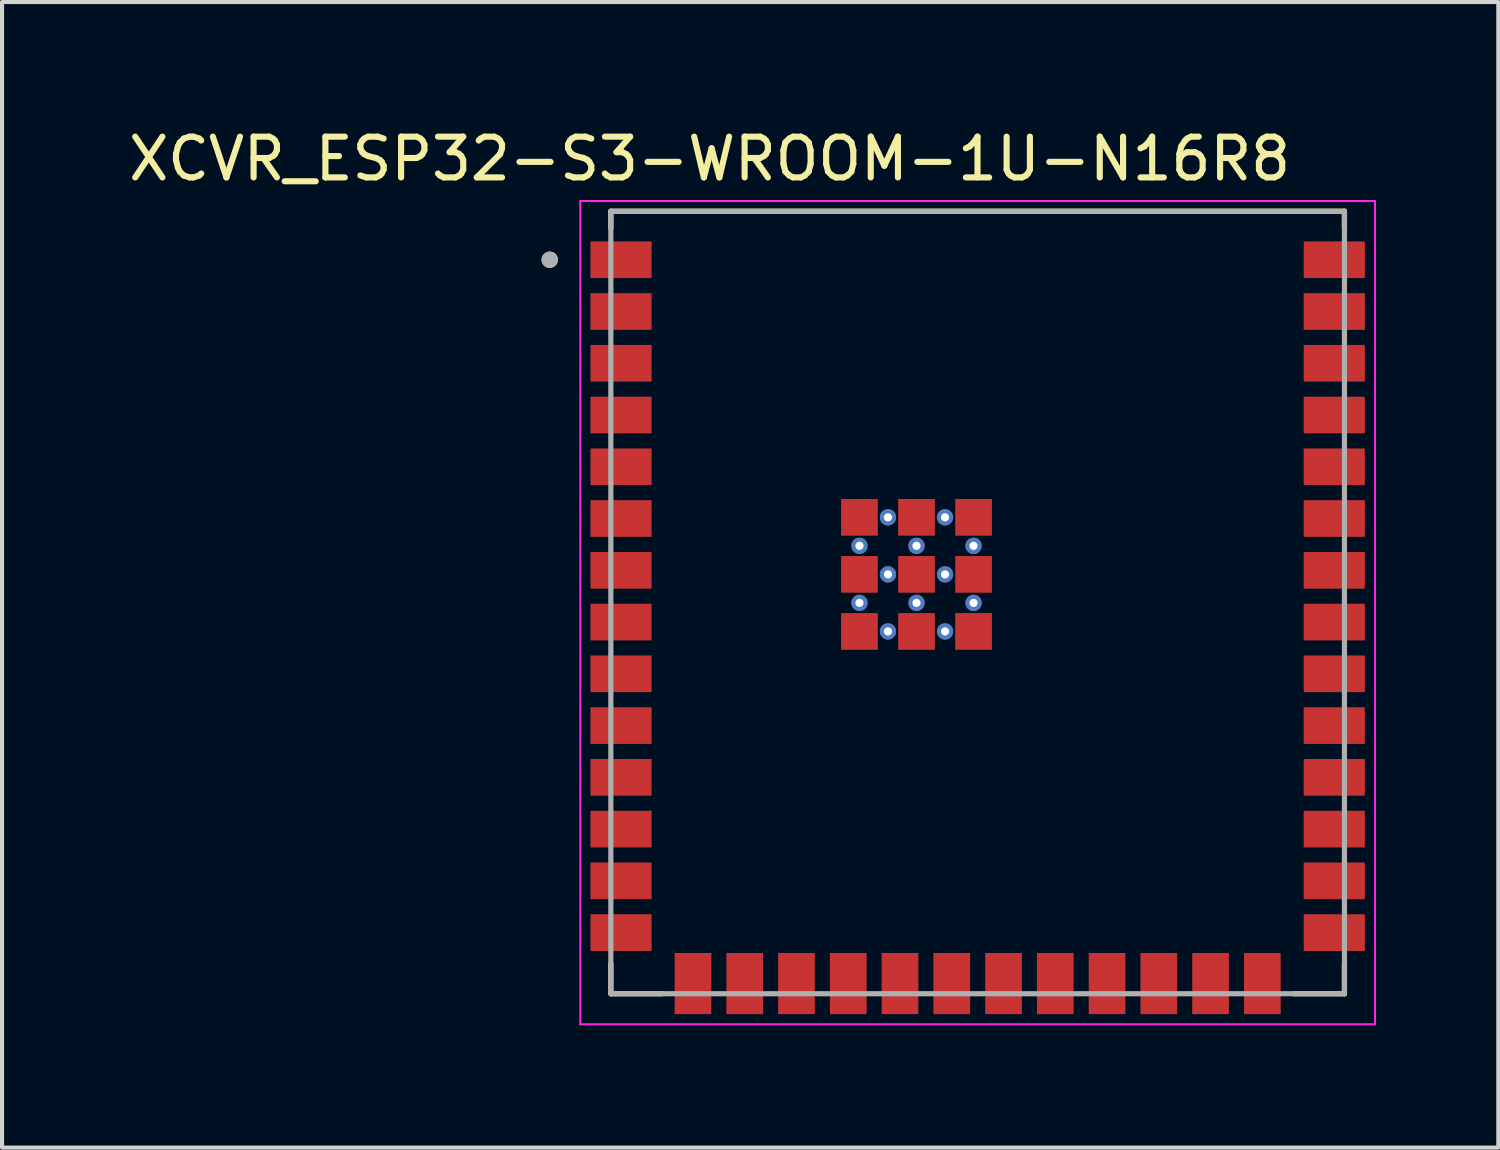
<source format=kicad_pcb>
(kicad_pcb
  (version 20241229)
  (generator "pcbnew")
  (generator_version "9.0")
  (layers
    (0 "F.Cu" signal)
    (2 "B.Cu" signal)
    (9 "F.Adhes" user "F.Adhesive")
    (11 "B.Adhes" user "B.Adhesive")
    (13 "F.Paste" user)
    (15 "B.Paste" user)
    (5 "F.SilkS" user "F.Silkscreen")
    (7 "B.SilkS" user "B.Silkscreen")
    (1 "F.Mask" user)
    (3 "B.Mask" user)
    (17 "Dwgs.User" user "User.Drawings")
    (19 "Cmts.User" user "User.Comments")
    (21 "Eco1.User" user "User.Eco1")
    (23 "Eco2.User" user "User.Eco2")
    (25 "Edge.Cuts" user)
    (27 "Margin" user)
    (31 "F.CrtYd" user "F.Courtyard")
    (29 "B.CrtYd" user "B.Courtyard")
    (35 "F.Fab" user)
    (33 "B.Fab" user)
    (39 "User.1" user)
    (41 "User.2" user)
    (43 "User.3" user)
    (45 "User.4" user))
  (footprint "XCVR_ESP32-S3-WROOM-1U-N16R8"
    (layer "F.Cu")
    (at 20.938 11.733)
    (property "Reference" "XCVR_ESP32-S3-WROOM-1U-N16R8" (at -6.575 -10.885 0) (layer "F.SilkS") (effects (font (size 1 1) (thickness 0.15))))
    (attr smd)
    (fp_line (start -9 -9.6) (end 9 -9.6) (stroke (width 0.127) (type solid)) (layer "F.SilkS"))
    (fp_line (start -9 -9.18) (end -9 -9.6) (stroke (width 0.127) (type solid)) (layer "F.SilkS"))
    (fp_line (start -9 9.6) (end -9 8.87) (stroke (width 0.127) (type solid)) (layer "F.SilkS"))
    (fp_line (start -7.755 9.6) (end -9 9.6) (stroke (width 0.127) (type solid)) (layer "F.SilkS"))
    (fp_line (start 9 -9.6) (end 9 -9.18) (stroke (width 0.127) (type solid)) (layer "F.SilkS"))
    (fp_line (start 9 9.6) (end 7.755 9.6) (stroke (width 0.127) (type solid)) (layer "F.SilkS"))
    (fp_line (start 9 9.6) (end 9 8.87) (stroke (width 0.127) (type solid)) (layer "F.SilkS"))
    (fp_circle (center -10.5 -8.41) (end -10.4 -8.41) (stroke (width 0.2) (type solid)) (fill no) (layer "F.SilkS"))
    (fp_line (start -9.75 -9.85) (end -9.75 10.35) (stroke (width 0.05) (type solid)) (layer "F.CrtYd"))
    (fp_line (start -9.75 10.35) (end 9.75 10.35) (stroke (width 0.05) (type solid)) (layer "F.CrtYd"))
    (fp_line (start 9.75 -9.85) (end -9.75 -9.85) (stroke (width 0.05) (type solid)) (layer "F.CrtYd"))
    (fp_line (start 9.75 10.35) (end 9.75 -9.85) (stroke (width 0.05) (type solid)) (layer "F.CrtYd"))
    (fp_line (start -9 -9.6) (end 9 -9.6) (stroke (width 0.127) (type solid)) (layer "F.Fab"))
    (fp_line (start -9 9.6) (end -9 -9.6) (stroke (width 0.127) (type solid)) (layer "F.Fab"))
    (fp_line (start 9 -9.6) (end 9 9.6) (stroke (width 0.127) (type solid)) (layer "F.Fab"))
    (fp_line (start 9 9.6) (end -9 9.6) (stroke (width 0.127) (type solid)) (layer "F.Fab"))
    (fp_circle (center -10.5 -8.41) (end -10.4 -8.41) (stroke (width 0.2) (type solid)) (fill no) (layer "F.Fab"))
    (pad "1" smd rect (at -8.75 -8.41) (size 1.5 0.9) (layers "F.Cu" "F.Mask" "F.Paste"))
    (pad "2" smd rect (at -8.75 -7.14) (size 1.5 0.9) (layers "F.Cu" "F.Mask" "F.Paste"))
    (pad "3" smd rect (at -8.75 -5.87) (size 1.5 0.9) (layers "F.Cu" "F.Mask" "F.Paste"))
    (pad "4" smd rect (at -8.75 -4.6) (size 1.5 0.9) (layers "F.Cu" "F.Mask" "F.Paste"))
    (pad "5" smd rect (at -8.75 -3.33) (size 1.5 0.9) (layers "F.Cu" "F.Mask" "F.Paste"))
    (pad "6" smd rect (at -8.75 -2.06) (size 1.5 0.9) (layers "F.Cu" "F.Mask" "F.Paste"))
    (pad "7" smd rect (at -8.75 -0.79) (size 1.5 0.9) (layers "F.Cu" "F.Mask" "F.Paste"))
    (pad "8" smd rect (at -8.75 0.48) (size 1.5 0.9) (layers "F.Cu" "F.Mask" "F.Paste"))
    (pad "9" smd rect (at -8.75 1.75) (size 1.5 0.9) (layers "F.Cu" "F.Mask" "F.Paste"))
    (pad "10" smd rect (at -8.75 3.02) (size 1.5 0.9) (layers "F.Cu" "F.Mask" "F.Paste"))
    (pad "11" smd rect (at -8.75 4.29) (size 1.5 0.9) (layers "F.Cu" "F.Mask" "F.Paste"))
    (pad "12" smd rect (at -8.75 5.56) (size 1.5 0.9) (layers "F.Cu" "F.Mask" "F.Paste"))
    (pad "13" smd rect (at -8.75 6.83) (size 1.5 0.9) (layers "F.Cu" "F.Mask" "F.Paste"))
    (pad "14" smd rect (at -8.75 8.1) (size 1.5 0.9) (layers "F.Cu" "F.Mask" "F.Paste"))
    (pad "15" smd rect (at -6.985 9.35) (size 0.9 1.5) (layers "F.Cu" "F.Mask" "F.Paste"))
    (pad "16" smd rect (at -5.715 9.35) (size 0.9 1.5) (layers "F.Cu" "F.Mask" "F.Paste"))
    (pad "17" smd rect (at -4.445 9.35) (size 0.9 1.5) (layers "F.Cu" "F.Mask" "F.Paste"))
    (pad "18" smd rect (at -3.175 9.35) (size 0.9 1.5) (layers "F.Cu" "F.Mask" "F.Paste"))
    (pad "19" smd rect (at -1.905 9.35) (size 0.9 1.5) (layers "F.Cu" "F.Mask" "F.Paste"))
    (pad "20" smd rect (at -0.635 9.35) (size 0.9 1.5) (layers "F.Cu" "F.Mask" "F.Paste"))
    (pad "21" smd rect (at 0.635 9.35) (size 0.9 1.5) (layers "F.Cu" "F.Mask" "F.Paste"))
    (pad "22" smd rect (at 1.905 9.35) (size 0.9 1.5) (layers "F.Cu" "F.Mask" "F.Paste"))
    (pad "23" smd rect (at 3.175 9.35) (size 0.9 1.5) (layers "F.Cu" "F.Mask" "F.Paste"))
    (pad "24" smd rect (at 4.445 9.35) (size 0.9 1.5) (layers "F.Cu" "F.Mask" "F.Paste"))
    (pad "25" smd rect (at 5.715 9.35) (size 0.9 1.5) (layers "F.Cu" "F.Mask" "F.Paste"))
    (pad "26" smd rect (at 6.985 9.35) (size 0.9 1.5) (layers "F.Cu" "F.Mask" "F.Paste"))
    (pad "27" smd rect (at 8.75 8.1) (size 1.5 0.9) (layers "F.Cu" "F.Mask" "F.Paste"))
    (pad "28" smd rect (at 8.75 6.83) (size 1.5 0.9) (layers "F.Cu" "F.Mask" "F.Paste"))
    (pad "29" smd rect (at 8.75 5.56) (size 1.5 0.9) (layers "F.Cu" "F.Mask" "F.Paste"))
    (pad "30" smd rect (at 8.75 4.29) (size 1.5 0.9) (layers "F.Cu" "F.Mask" "F.Paste"))
    (pad "31" smd rect (at 8.75 3.02) (size 1.5 0.9) (layers "F.Cu" "F.Mask" "F.Paste"))
    (pad "32" smd rect (at 8.75 1.75) (size 1.5 0.9) (layers "F.Cu" "F.Mask" "F.Paste"))
    (pad "33" smd rect (at 8.75 0.48) (size 1.5 0.9) (layers "F.Cu" "F.Mask" "F.Paste"))
    (pad "34" smd rect (at 8.75 -0.79) (size 1.5 0.9) (layers "F.Cu" "F.Mask" "F.Paste"))
    (pad "35" smd rect (at 8.75 -2.06) (size 1.5 0.9) (layers "F.Cu" "F.Mask" "F.Paste"))
    (pad "36" smd rect (at 8.75 -3.33) (size 1.5 0.9) (layers "F.Cu" "F.Mask" "F.Paste"))
    (pad "37" smd rect (at 8.75 -4.6) (size 1.5 0.9) (layers "F.Cu" "F.Mask" "F.Paste"))
    (pad "38" smd rect (at 8.75 -5.87) (size 1.5 0.9) (layers "F.Cu" "F.Mask" "F.Paste"))
    (pad "39" smd rect (at 8.75 -7.14) (size 1.5 0.9) (layers "F.Cu" "F.Mask" "F.Paste"))
    (pad "40" smd rect (at 8.75 -8.41) (size 1.5 0.9) (layers "F.Cu" "F.Mask" "F.Paste"))
    (pad "41_1" smd rect (at -2.9 -2.09) (size 0.9 0.9) (layers "F.Cu" "F.Mask" "F.Paste"))
    (pad "41_2" smd rect (at -1.5 -2.09) (size 0.9 0.9) (layers "F.Cu" "F.Mask" "F.Paste"))
    (pad "41_3" smd rect (at -0.1 -2.09) (size 0.9 0.9) (layers "F.Cu" "F.Mask" "F.Paste"))
    (pad "41_4" smd rect (at -2.9 -0.69) (size 0.9 0.9) (layers "F.Cu" "F.Mask" "F.Paste"))
    (pad "41_5" smd rect (at -1.5 -0.69) (size 0.9 0.9) (layers "F.Cu" "F.Mask" "F.Paste"))
    (pad "41_6" smd rect (at -0.1 -0.69) (size 0.9 0.9) (layers "F.Cu" "F.Mask" "F.Paste"))
    (pad "41_7" smd rect (at -2.9 0.71) (size 0.9 0.9) (layers "F.Cu" "F.Mask" "F.Paste"))
    (pad "41_8" smd rect (at -1.5 0.71) (size 0.9 0.9) (layers "F.Cu" "F.Mask" "F.Paste"))
    (pad "41_9" smd rect (at -0.1 0.71) (size 0.9 0.9) (layers "F.Cu" "F.Mask" "F.Paste"))
    (pad "41_10" thru_hole circle (at -2.2 -2.09) (size 0.4 0.4) (drill 0.2) (layers "*.Cu"))
    (pad "41_11" thru_hole circle (at -0.8 -2.09) (size 0.4 0.4) (drill 0.2) (layers "*.Cu"))
    (pad "41_12" thru_hole circle (at -2.9 -1.39) (size 0.4 0.4) (drill 0.2) (layers "*.Cu"))
    (pad "41_13" thru_hole circle (at -1.5 -1.39) (size 0.4 0.4) (drill 0.2) (layers "*.Cu"))
    (pad "41_14" thru_hole circle (at -0.1 -1.39) (size 0.4 0.4) (drill 0.2) (layers "*.Cu"))
    (pad "41_15" thru_hole circle (at -2.2 -0.69) (size 0.4 0.4) (drill 0.2) (layers "*.Cu"))
    (pad "41_16" thru_hole circle (at -0.8 -0.69) (size 0.4 0.4) (drill 0.2) (layers "*.Cu"))
    (pad "41_17" thru_hole circle (at -2.9 0.01) (size 0.4 0.4) (drill 0.2) (layers "*.Cu"))
    (pad "41_18" thru_hole circle (at -1.5 0.01) (size 0.4 0.4) (drill 0.2) (layers "*.Cu"))
    (pad "41_19" thru_hole circle (at -0.1 0.01) (size 0.4 0.4) (drill 0.2) (layers "*.Cu"))
    (pad "41_20" thru_hole circle (at -2.2 0.71) (size 0.4 0.4) (drill 0.2) (layers "*.Cu"))
    (pad "41_21" thru_hole circle (at -0.8 0.71) (size 0.4 0.4) (drill 0.2) (layers "*.Cu")))
  (gr_rect
    (start -3 -3)
    (end 33.713 25.108)
    (stroke (width 0.1) (type default))
    (fill no)
    (layer "Edge.Cuts")))
</source>
